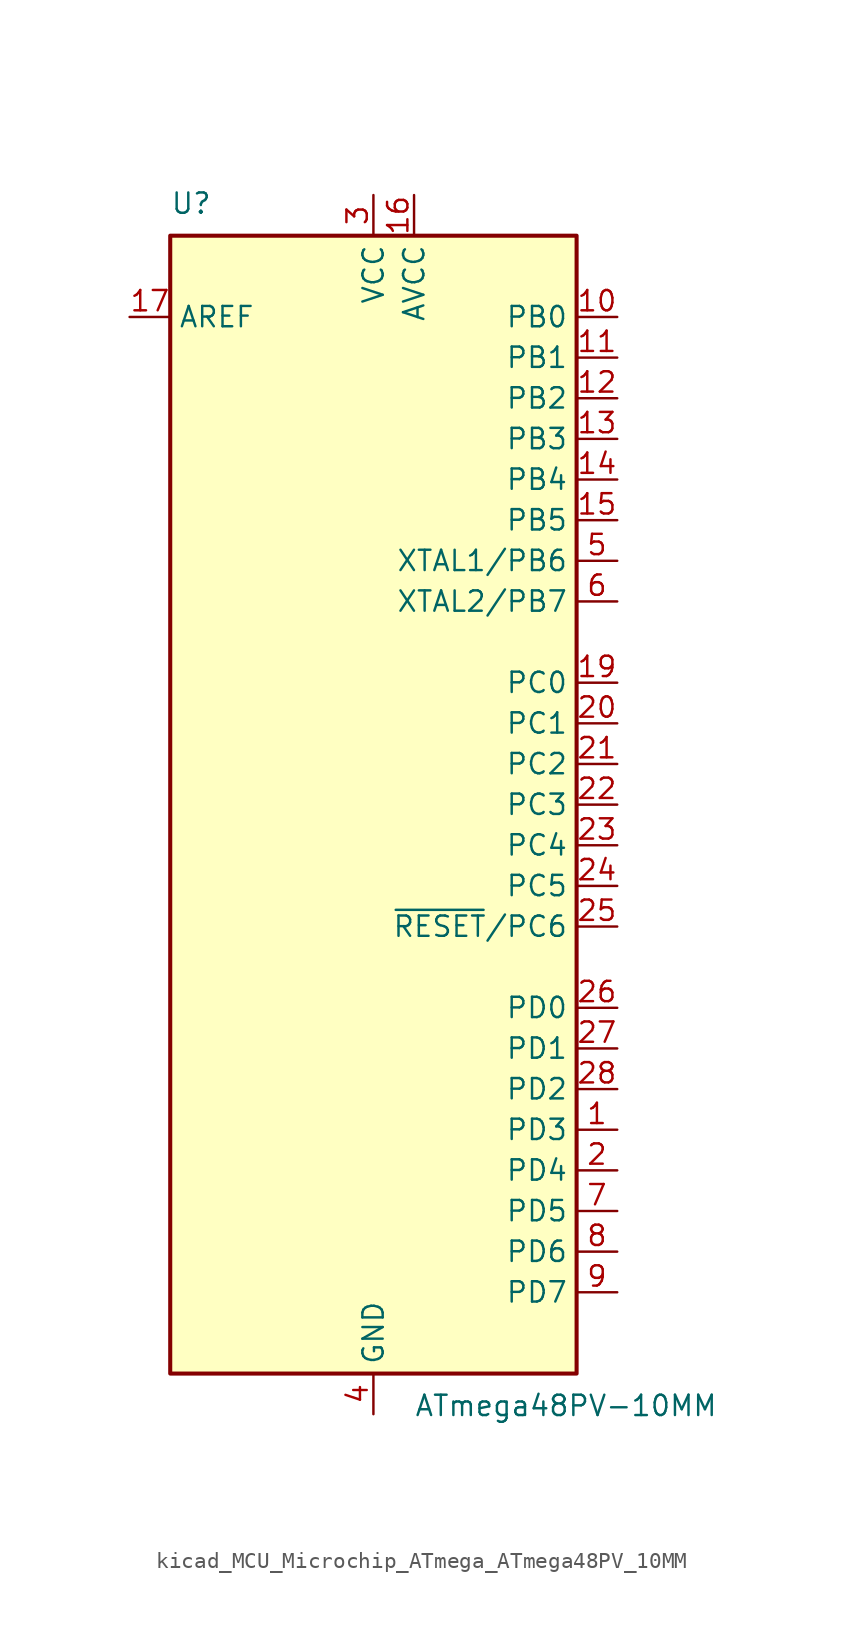
<source format=kicad_sym>
(kicad_symbol_lib
  (version 20220914)
  (generator kicad_symbol_editor)
  (symbol "kicad_MCU_Microchip_ATmega_ATmega48PV_10MM"
    (property "Reference" "U"
      (at -12.7 36.83 0)
      (effects (font (size 1.27 1.27)) (justify left bottom)))
    (property "Value" "ATmega48PV-10MM"
      (at 2.54 -36.83 0)
      (effects (font (size 1.27 1.27)) (justify left top)))
    (symbol "kicad_MCU_Microchip_ATmega_ATmega48PV_10MM_0_1"
      (rectangle (start -12.7 -35.56) (end 12.7 35.56) (stroke (width 0.254) (type default)) (fill (type background))))
    (symbol "kicad_MCU_Microchip_ATmega_ATmega48PV_10MM_1_1"
      (pin bidirectional line (at 15.24 -20.32 180) (length 2.54) (name "PD3" (effects (font (size 1.27 1.27)))) (number "1" (effects (font (size 1.27 1.27)))))
      (pin bidirectional line (at 15.24 30.48 180) (length 2.54) (name "PB0" (effects (font (size 1.27 1.27)))) (number "10" (effects (font (size 1.27 1.27)))))
      (pin bidirectional line (at 15.24 27.94 180) (length 2.54) (name "PB1" (effects (font (size 1.27 1.27)))) (number "11" (effects (font (size 1.27 1.27)))))
      (pin bidirectional line (at 15.24 25.4 180) (length 2.54) (name "PB2" (effects (font (size 1.27 1.27)))) (number "12" (effects (font (size 1.27 1.27)))))
      (pin bidirectional line (at 15.24 22.86 180) (length 2.54) (name "PB3" (effects (font (size 1.27 1.27)))) (number "13" (effects (font (size 1.27 1.27)))))
      (pin bidirectional line (at 15.24 20.32 180) (length 2.54) (name "PB4" (effects (font (size 1.27 1.27)))) (number "14" (effects (font (size 1.27 1.27)))))
      (pin bidirectional line (at 15.24 17.78 180) (length 2.54) (name "PB5" (effects (font (size 1.27 1.27)))) (number "15" (effects (font (size 1.27 1.27)))))
      (pin power_in line (at 2.54 38.1 270) (length 2.54) (name "AVCC" (effects (font (size 1.27 1.27)))) (number "16" (effects (font (size 1.27 1.27)))))
      (pin passive line (at -15.24 30.48 0) (length 2.54) (name "AREF" (effects (font (size 1.27 1.27)))) (number "17" (effects (font (size 1.27 1.27)))))
      (pin passive line (at 0 -38.1 90) (length 2.54) hide (name "GND" (effects (font (size 1.27 1.27)))) (number "18" (effects (font (size 1.27 1.27)))))
      (pin bidirectional line (at 15.24 7.62 180) (length 2.54) (name "PC0" (effects (font (size 1.27 1.27)))) (number "19" (effects (font (size 1.27 1.27)))))
      (pin bidirectional line (at 15.24 -22.86 180) (length 2.54) (name "PD4" (effects (font (size 1.27 1.27)))) (number "2" (effects (font (size 1.27 1.27)))))
      (pin bidirectional line (at 15.24 5.08 180) (length 2.54) (name "PC1" (effects (font (size 1.27 1.27)))) (number "20" (effects (font (size 1.27 1.27)))))
      (pin bidirectional line (at 15.24 2.54 180) (length 2.54) (name "PC2" (effects (font (size 1.27 1.27)))) (number "21" (effects (font (size 1.27 1.27)))))
      (pin bidirectional line (at 15.24 0 180) (length 2.54) (name "PC3" (effects (font (size 1.27 1.27)))) (number "22" (effects (font (size 1.27 1.27)))))
      (pin bidirectional line (at 15.24 -2.54 180) (length 2.54) (name "PC4" (effects (font (size 1.27 1.27)))) (number "23" (effects (font (size 1.27 1.27)))))
      (pin bidirectional line (at 15.24 -5.08 180) (length 2.54) (name "PC5" (effects (font (size 1.27 1.27)))) (number "24" (effects (font (size 1.27 1.27)))))
      (pin bidirectional line (at 15.24 -7.62 180) (length 2.54) (name "~{RESET}/PC6" (effects (font (size 1.27 1.27)))) (number "25" (effects (font (size 1.27 1.27)))))
      (pin bidirectional line (at 15.24 -12.7 180) (length 2.54) (name "PD0" (effects (font (size 1.27 1.27)))) (number "26" (effects (font (size 1.27 1.27)))))
      (pin bidirectional line (at 15.24 -15.24 180) (length 2.54) (name "PD1" (effects (font (size 1.27 1.27)))) (number "27" (effects (font (size 1.27 1.27)))))
      (pin bidirectional line (at 15.24 -17.78 180) (length 2.54) (name "PD2" (effects (font (size 1.27 1.27)))) (number "28" (effects (font (size 1.27 1.27)))))
      (pin passive line (at 0 -38.1 90) (length 2.54) hide (name "GND" (effects (font (size 1.27 1.27)))) (number "29" (effects (font (size 1.27 1.27)))))
      (pin power_in line (at 0 38.1 270) (length 2.54) (name "VCC" (effects (font (size 1.27 1.27)))) (number "3" (effects (font (size 1.27 1.27)))))
      (pin power_in line (at 0 -38.1 90) (length 2.54) (name "GND" (effects (font (size 1.27 1.27)))) (number "4" (effects (font (size 1.27 1.27)))))
      (pin bidirectional line (at 15.24 15.24 180) (length 2.54) (name "XTAL1/PB6" (effects (font (size 1.27 1.27)))) (number "5" (effects (font (size 1.27 1.27)))))
      (pin bidirectional line (at 15.24 12.7 180) (length 2.54) (name "XTAL2/PB7" (effects (font (size 1.27 1.27)))) (number "6" (effects (font (size 1.27 1.27)))))
      (pin bidirectional line (at 15.24 -25.4 180) (length 2.54) (name "PD5" (effects (font (size 1.27 1.27)))) (number "7" (effects (font (size 1.27 1.27)))))
      (pin bidirectional line (at 15.24 -27.94 180) (length 2.54) (name "PD6" (effects (font (size 1.27 1.27)))) (number "8" (effects (font (size 1.27 1.27)))))
      (pin bidirectional line (at 15.24 -30.48 180) (length 2.54) (name "PD7" (effects (font (size 1.27 1.27)))) (number "9" (effects (font (size 1.27 1.27))))))))
</source>
